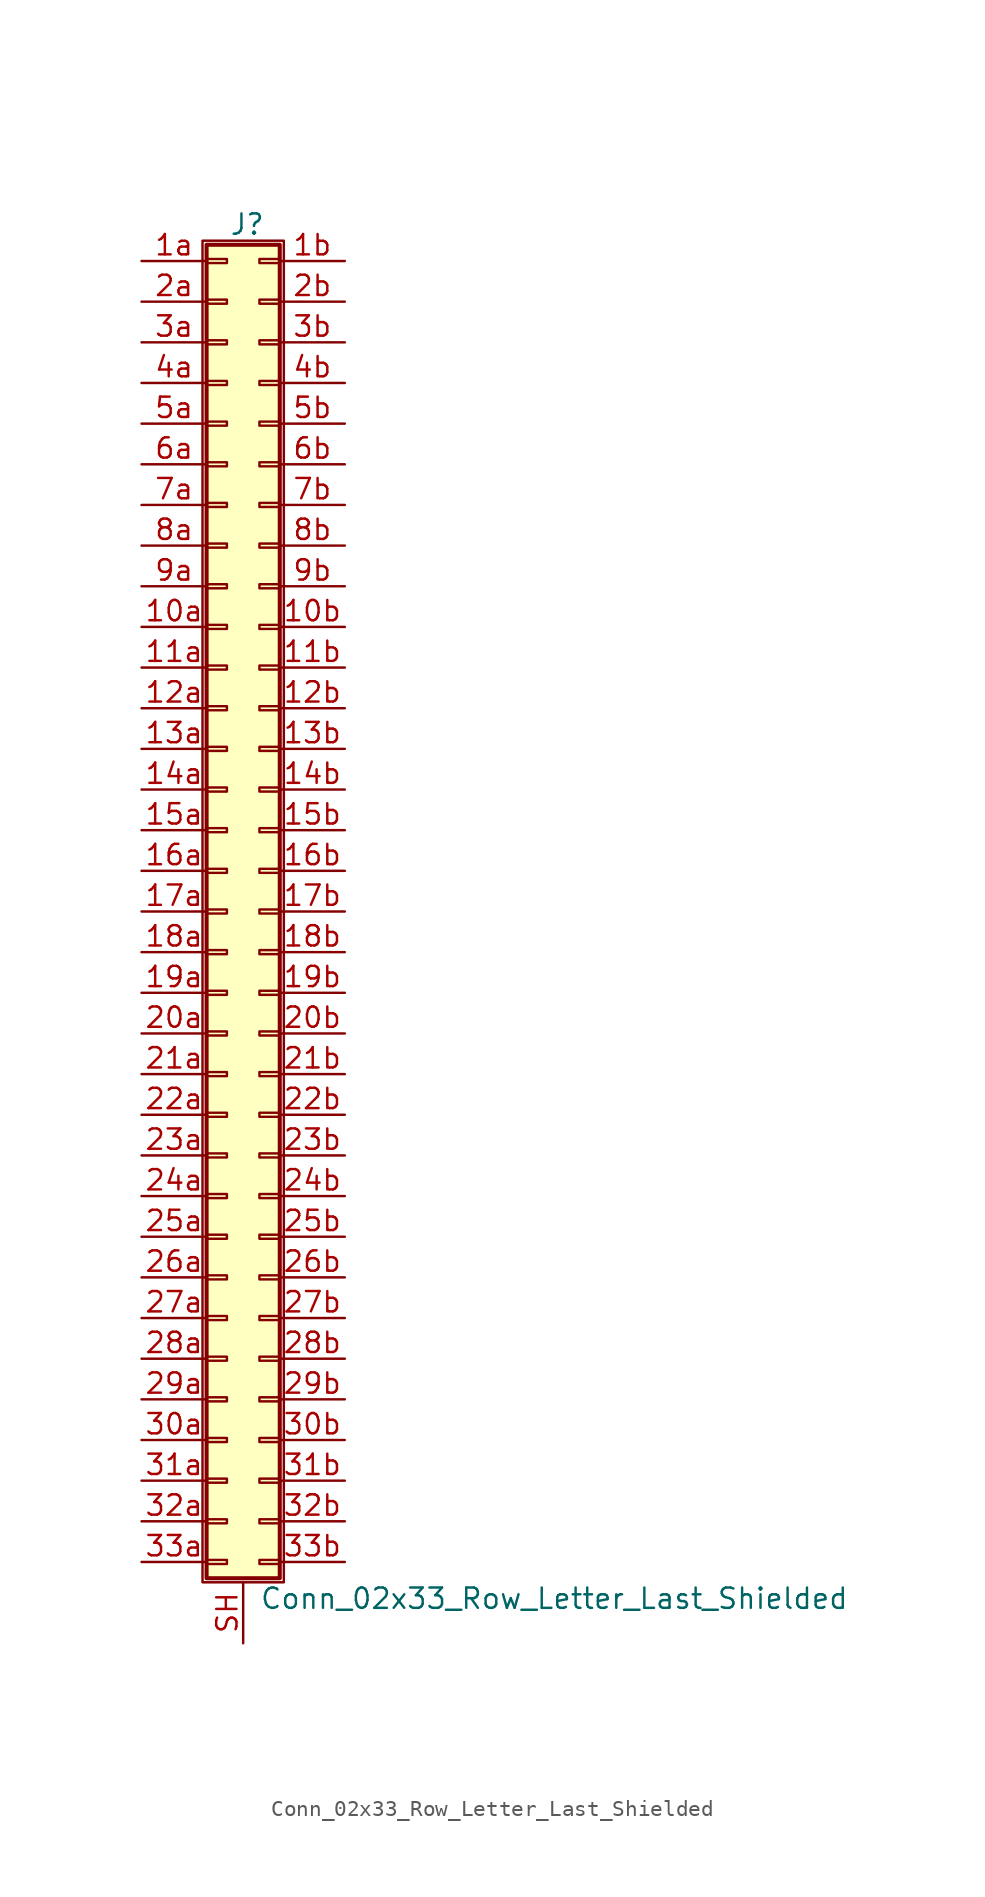
<source format=kicad_sym>
(kicad_symbol_lib
  (version 20220914)
  (generator kicad_symbol_editor)
  (symbol "Conn_02x33_Row_Letter_Last_Shielded"
    (pin_names
      (offset 1.016) hide)
    (property "Reference" "J"
      (at 1.524 42.926 0)
      (effects (font (size 1.27 1.27))))
    (property "Value" "Conn_02x33_Row_Letter_Last_Shielded"
      (at 2.286 -42.926 0)
      (effects (font (size 1.27 1.27)) (justify left)))
    (symbol "Conn_02x33_Row_Letter_Last_Shielded_1_1"
      (rectangle (start -1.27 41.91) (end 3.81 -41.91) (stroke (width 0.152) (type default)) (fill (type none)))
      (rectangle (start -1.016 -40.513) (end 0.254 -40.767) (stroke (width 0.152) (type default)) (fill (type none)))
      (rectangle (start -1.016 -37.973) (end 0.254 -38.227) (stroke (width 0.152) (type default)) (fill (type none)))
      (rectangle (start -1.016 -35.433) (end 0.254 -35.687) (stroke (width 0.152) (type default)) (fill (type none)))
      (rectangle (start -1.016 -32.893) (end 0.254 -33.147) (stroke (width 0.152) (type default)) (fill (type none)))
      (rectangle (start -1.016 -30.353) (end 0.254 -30.607) (stroke (width 0.152) (type default)) (fill (type none)))
      (rectangle (start -1.016 -27.813) (end 0.254 -28.067) (stroke (width 0.152) (type default)) (fill (type none)))
      (rectangle (start -1.016 -25.273) (end 0.254 -25.527) (stroke (width 0.152) (type default)) (fill (type none)))
      (rectangle (start -1.016 -22.733) (end 0.254 -22.987) (stroke (width 0.152) (type default)) (fill (type none)))
      (rectangle (start -1.016 -20.193) (end 0.254 -20.447) (stroke (width 0.152) (type default)) (fill (type none)))
      (rectangle (start -1.016 -17.653) (end 0.254 -17.907) (stroke (width 0.152) (type default)) (fill (type none)))
      (rectangle (start -1.016 -15.113) (end 0.254 -15.367) (stroke (width 0.152) (type default)) (fill (type none)))
      (rectangle (start -1.016 -12.573) (end 0.254 -12.827) (stroke (width 0.152) (type default)) (fill (type none)))
      (rectangle (start -1.016 -10.033) (end 0.254 -10.287) (stroke (width 0.152) (type default)) (fill (type none)))
      (rectangle (start -1.016 -7.493) (end 0.254 -7.747) (stroke (width 0.152) (type default)) (fill (type none)))
      (rectangle (start -1.016 -4.953) (end 0.254 -5.207) (stroke (width 0.152) (type default)) (fill (type none)))
      (rectangle (start -1.016 -2.413) (end 0.254 -2.667) (stroke (width 0.152) (type default)) (fill (type none)))
      (rectangle (start -1.016 0.127) (end 0.254 -0.127) (stroke (width 0.152) (type default)) (fill (type none)))
      (rectangle (start -1.016 2.667) (end 0.254 2.413) (stroke (width 0.152) (type default)) (fill (type none)))
      (rectangle (start -1.016 5.207) (end 0.254 4.953) (stroke (width 0.152) (type default)) (fill (type none)))
      (rectangle (start -1.016 7.747) (end 0.254 7.493) (stroke (width 0.152) (type default)) (fill (type none)))
      (rectangle (start -1.016 10.287) (end 0.254 10.033) (stroke (width 0.152) (type default)) (fill (type none)))
      (rectangle (start -1.016 12.827) (end 0.254 12.573) (stroke (width 0.152) (type default)) (fill (type none)))
      (rectangle (start -1.016 15.367) (end 0.254 15.113) (stroke (width 0.152) (type default)) (fill (type none)))
      (rectangle (start -1.016 17.907) (end 0.254 17.653) (stroke (width 0.152) (type default)) (fill (type none)))
      (rectangle (start -1.016 20.447) (end 0.254 20.193) (stroke (width 0.152) (type default)) (fill (type none)))
      (rectangle (start -1.016 22.987) (end 0.254 22.733) (stroke (width 0.152) (type default)) (fill (type none)))
      (rectangle (start -1.016 25.527) (end 0.254 25.273) (stroke (width 0.152) (type default)) (fill (type none)))
      (rectangle (start -1.016 28.067) (end 0.254 27.813) (stroke (width 0.152) (type default)) (fill (type none)))
      (rectangle (start -1.016 30.607) (end 0.254 30.353) (stroke (width 0.152) (type default)) (fill (type none)))
      (rectangle (start -1.016 33.147) (end 0.254 32.893) (stroke (width 0.152) (type default)) (fill (type none)))
      (rectangle (start -1.016 35.687) (end 0.254 35.433) (stroke (width 0.152) (type default)) (fill (type none)))
      (rectangle (start -1.016 38.227) (end 0.254 37.973) (stroke (width 0.152) (type default)) (fill (type none)))
      (rectangle (start -1.016 40.767) (end 0.254 40.513) (stroke (width 0.152) (type default)) (fill (type none)))
      (rectangle (start -1.016 41.656) (end 3.556 -41.656) (stroke (width 0.254) (type default)) (fill (type background)))
      (rectangle (start 3.556 -40.513) (end 2.286 -40.767) (stroke (width 0.152) (type default)) (fill (type none)))
      (rectangle (start 3.556 -37.973) (end 2.286 -38.227) (stroke (width 0.152) (type default)) (fill (type none)))
      (rectangle (start 3.556 -35.433) (end 2.286 -35.687) (stroke (width 0.152) (type default)) (fill (type none)))
      (rectangle (start 3.556 -32.893) (end 2.286 -33.147) (stroke (width 0.152) (type default)) (fill (type none)))
      (rectangle (start 3.556 -30.353) (end 2.286 -30.607) (stroke (width 0.152) (type default)) (fill (type none)))
      (rectangle (start 3.556 -27.813) (end 2.286 -28.067) (stroke (width 0.152) (type default)) (fill (type none)))
      (rectangle (start 3.556 -25.273) (end 2.286 -25.527) (stroke (width 0.152) (type default)) (fill (type none)))
      (rectangle (start 3.556 -22.733) (end 2.286 -22.987) (stroke (width 0.152) (type default)) (fill (type none)))
      (rectangle (start 3.556 -20.193) (end 2.286 -20.447) (stroke (width 0.152) (type default)) (fill (type none)))
      (rectangle (start 3.556 -17.653) (end 2.286 -17.907) (stroke (width 0.152) (type default)) (fill (type none)))
      (rectangle (start 3.556 -15.113) (end 2.286 -15.367) (stroke (width 0.152) (type default)) (fill (type none)))
      (rectangle (start 3.556 -12.573) (end 2.286 -12.827) (stroke (width 0.152) (type default)) (fill (type none)))
      (rectangle (start 3.556 -10.033) (end 2.286 -10.287) (stroke (width 0.152) (type default)) (fill (type none)))
      (rectangle (start 3.556 -7.493) (end 2.286 -7.747) (stroke (width 0.152) (type default)) (fill (type none)))
      (rectangle (start 3.556 -4.953) (end 2.286 -5.207) (stroke (width 0.152) (type default)) (fill (type none)))
      (rectangle (start 3.556 -2.413) (end 2.286 -2.667) (stroke (width 0.152) (type default)) (fill (type none)))
      (rectangle (start 3.556 0.127) (end 2.286 -0.127) (stroke (width 0.152) (type default)) (fill (type none)))
      (rectangle (start 3.556 2.667) (end 2.286 2.413) (stroke (width 0.152) (type default)) (fill (type none)))
      (rectangle (start 3.556 5.207) (end 2.286 4.953) (stroke (width 0.152) (type default)) (fill (type none)))
      (rectangle (start 3.556 7.747) (end 2.286 7.493) (stroke (width 0.152) (type default)) (fill (type none)))
      (rectangle (start 3.556 10.287) (end 2.286 10.033) (stroke (width 0.152) (type default)) (fill (type none)))
      (rectangle (start 3.556 12.827) (end 2.286 12.573) (stroke (width 0.152) (type default)) (fill (type none)))
      (rectangle (start 3.556 15.367) (end 2.286 15.113) (stroke (width 0.152) (type default)) (fill (type none)))
      (rectangle (start 3.556 17.907) (end 2.286 17.653) (stroke (width 0.152) (type default)) (fill (type none)))
      (rectangle (start 3.556 20.447) (end 2.286 20.193) (stroke (width 0.152) (type default)) (fill (type none)))
      (rectangle (start 3.556 22.987) (end 2.286 22.733) (stroke (width 0.152) (type default)) (fill (type none)))
      (rectangle (start 3.556 25.527) (end 2.286 25.273) (stroke (width 0.152) (type default)) (fill (type none)))
      (rectangle (start 3.556 28.067) (end 2.286 27.813) (stroke (width 0.152) (type default)) (fill (type none)))
      (rectangle (start 3.556 30.607) (end 2.286 30.353) (stroke (width 0.152) (type default)) (fill (type none)))
      (rectangle (start 3.556 33.147) (end 2.286 32.893) (stroke (width 0.152) (type default)) (fill (type none)))
      (rectangle (start 3.556 35.687) (end 2.286 35.433) (stroke (width 0.152) (type default)) (fill (type none)))
      (rectangle (start 3.556 38.227) (end 2.286 37.973) (stroke (width 0.152) (type default)) (fill (type none)))
      (rectangle (start 3.556 40.767) (end 2.286 40.513) (stroke (width 0.152) (type default)) (fill (type none)))
      (pin passive line (at -5.08 17.78 0) (length 4.064) (name "Pin_10a" (effects (font (size 1.27 1.27)))) (number "10a" (effects (font (size 1.27 1.27)))))
      (pin passive line (at 7.62 17.78 180) (length 4.064) (name "Pin_10b" (effects (font (size 1.27 1.27)))) (number "10b" (effects (font (size 1.27 1.27)))))
      (pin passive line (at -5.08 15.24 0) (length 4.064) (name "Pin_11a" (effects (font (size 1.27 1.27)))) (number "11a" (effects (font (size 1.27 1.27)))))
      (pin passive line (at 7.62 15.24 180) (length 4.064) (name "Pin_11b" (effects (font (size 1.27 1.27)))) (number "11b" (effects (font (size 1.27 1.27)))))
      (pin passive line (at -5.08 12.7 0) (length 4.064) (name "Pin_12a" (effects (font (size 1.27 1.27)))) (number "12a" (effects (font (size 1.27 1.27)))))
      (pin passive line (at 7.62 12.7 180) (length 4.064) (name "Pin_12b" (effects (font (size 1.27 1.27)))) (number "12b" (effects (font (size 1.27 1.27)))))
      (pin passive line (at -5.08 10.16 0) (length 4.064) (name "Pin_13a" (effects (font (size 1.27 1.27)))) (number "13a" (effects (font (size 1.27 1.27)))))
      (pin passive line (at 7.62 10.16 180) (length 4.064) (name "Pin_13b" (effects (font (size 1.27 1.27)))) (number "13b" (effects (font (size 1.27 1.27)))))
      (pin passive line (at -5.08 7.62 0) (length 4.064) (name "Pin_14a" (effects (font (size 1.27 1.27)))) (number "14a" (effects (font (size 1.27 1.27)))))
      (pin passive line (at 7.62 7.62 180) (length 4.064) (name "Pin_14b" (effects (font (size 1.27 1.27)))) (number "14b" (effects (font (size 1.27 1.27)))))
      (pin passive line (at -5.08 5.08 0) (length 4.064) (name "Pin_15a" (effects (font (size 1.27 1.27)))) (number "15a" (effects (font (size 1.27 1.27)))))
      (pin passive line (at 7.62 5.08 180) (length 4.064) (name "Pin_15b" (effects (font (size 1.27 1.27)))) (number "15b" (effects (font (size 1.27 1.27)))))
      (pin passive line (at -5.08 2.54 0) (length 4.064) (name "Pin_16a" (effects (font (size 1.27 1.27)))) (number "16a" (effects (font (size 1.27 1.27)))))
      (pin passive line (at 7.62 2.54 180) (length 4.064) (name "Pin_16b" (effects (font (size 1.27 1.27)))) (number "16b" (effects (font (size 1.27 1.27)))))
      (pin passive line (at -5.08 0 0) (length 4.064) (name "Pin_17a" (effects (font (size 1.27 1.27)))) (number "17a" (effects (font (size 1.27 1.27)))))
      (pin passive line (at 7.62 0 180) (length 4.064) (name "Pin_17b" (effects (font (size 1.27 1.27)))) (number "17b" (effects (font (size 1.27 1.27)))))
      (pin passive line (at -5.08 -2.54 0) (length 4.064) (name "Pin_18a" (effects (font (size 1.27 1.27)))) (number "18a" (effects (font (size 1.27 1.27)))))
      (pin passive line (at 7.62 -2.54 180) (length 4.064) (name "Pin_18b" (effects (font (size 1.27 1.27)))) (number "18b" (effects (font (size 1.27 1.27)))))
      (pin passive line (at -5.08 -5.08 0) (length 4.064) (name "Pin_19a" (effects (font (size 1.27 1.27)))) (number "19a" (effects (font (size 1.27 1.27)))))
      (pin passive line (at 7.62 -5.08 180) (length 4.064) (name "Pin_19b" (effects (font (size 1.27 1.27)))) (number "19b" (effects (font (size 1.27 1.27)))))
      (pin passive line (at -5.08 40.64 0) (length 4.064) (name "Pin_1a" (effects (font (size 1.27 1.27)))) (number "1a" (effects (font (size 1.27 1.27)))))
      (pin passive line (at 7.62 40.64 180) (length 4.064) (name "Pin_1b" (effects (font (size 1.27 1.27)))) (number "1b" (effects (font (size 1.27 1.27)))))
      (pin passive line (at -5.08 -7.62 0) (length 4.064) (name "Pin_20a" (effects (font (size 1.27 1.27)))) (number "20a" (effects (font (size 1.27 1.27)))))
      (pin passive line (at 7.62 -7.62 180) (length 4.064) (name "Pin_20b" (effects (font (size 1.27 1.27)))) (number "20b" (effects (font (size 1.27 1.27)))))
      (pin passive line (at -5.08 -10.16 0) (length 4.064) (name "Pin_21a" (effects (font (size 1.27 1.27)))) (number "21a" (effects (font (size 1.27 1.27)))))
      (pin passive line (at 7.62 -10.16 180) (length 4.064) (name "Pin_21b" (effects (font (size 1.27 1.27)))) (number "21b" (effects (font (size 1.27 1.27)))))
      (pin passive line (at -5.08 -12.7 0) (length 4.064) (name "Pin_22a" (effects (font (size 1.27 1.27)))) (number "22a" (effects (font (size 1.27 1.27)))))
      (pin passive line (at 7.62 -12.7 180) (length 4.064) (name "Pin_22b" (effects (font (size 1.27 1.27)))) (number "22b" (effects (font (size 1.27 1.27)))))
      (pin passive line (at -5.08 -15.24 0) (length 4.064) (name "Pin_23a" (effects (font (size 1.27 1.27)))) (number "23a" (effects (font (size 1.27 1.27)))))
      (pin passive line (at 7.62 -15.24 180) (length 4.064) (name "Pin_23b" (effects (font (size 1.27 1.27)))) (number "23b" (effects (font (size 1.27 1.27)))))
      (pin passive line (at -5.08 -17.78 0) (length 4.064) (name "Pin_24a" (effects (font (size 1.27 1.27)))) (number "24a" (effects (font (size 1.27 1.27)))))
      (pin passive line (at 7.62 -17.78 180) (length 4.064) (name "Pin_24b" (effects (font (size 1.27 1.27)))) (number "24b" (effects (font (size 1.27 1.27)))))
      (pin passive line (at -5.08 -20.32 0) (length 4.064) (name "Pin_25a" (effects (font (size 1.27 1.27)))) (number "25a" (effects (font (size 1.27 1.27)))))
      (pin passive line (at 7.62 -20.32 180) (length 4.064) (name "Pin_25b" (effects (font (size 1.27 1.27)))) (number "25b" (effects (font (size 1.27 1.27)))))
      (pin passive line (at -5.08 -22.86 0) (length 4.064) (name "Pin_26a" (effects (font (size 1.27 1.27)))) (number "26a" (effects (font (size 1.27 1.27)))))
      (pin passive line (at 7.62 -22.86 180) (length 4.064) (name "Pin_26b" (effects (font (size 1.27 1.27)))) (number "26b" (effects (font (size 1.27 1.27)))))
      (pin passive line (at -5.08 -25.4 0) (length 4.064) (name "Pin_27a" (effects (font (size 1.27 1.27)))) (number "27a" (effects (font (size 1.27 1.27)))))
      (pin passive line (at 7.62 -25.4 180) (length 4.064) (name "Pin_27b" (effects (font (size 1.27 1.27)))) (number "27b" (effects (font (size 1.27 1.27)))))
      (pin passive line (at -5.08 -27.94 0) (length 4.064) (name "Pin_28a" (effects (font (size 1.27 1.27)))) (number "28a" (effects (font (size 1.27 1.27)))))
      (pin passive line (at 7.62 -27.94 180) (length 4.064) (name "Pin_28b" (effects (font (size 1.27 1.27)))) (number "28b" (effects (font (size 1.27 1.27)))))
      (pin passive line (at -5.08 -30.48 0) (length 4.064) (name "Pin_29a" (effects (font (size 1.27 1.27)))) (number "29a" (effects (font (size 1.27 1.27)))))
      (pin passive line (at 7.62 -30.48 180) (length 4.064) (name "Pin_29b" (effects (font (size 1.27 1.27)))) (number "29b" (effects (font (size 1.27 1.27)))))
      (pin passive line (at -5.08 38.1 0) (length 4.064) (name "Pin_2a" (effects (font (size 1.27 1.27)))) (number "2a" (effects (font (size 1.27 1.27)))))
      (pin passive line (at 7.62 38.1 180) (length 4.064) (name "Pin_2b" (effects (font (size 1.27 1.27)))) (number "2b" (effects (font (size 1.27 1.27)))))
      (pin passive line (at -5.08 -33.02 0) (length 4.064) (name "Pin_30a" (effects (font (size 1.27 1.27)))) (number "30a" (effects (font (size 1.27 1.27)))))
      (pin passive line (at 7.62 -33.02 180) (length 4.064) (name "Pin_30b" (effects (font (size 1.27 1.27)))) (number "30b" (effects (font (size 1.27 1.27)))))
      (pin passive line (at -5.08 -35.56 0) (length 4.064) (name "Pin_31a" (effects (font (size 1.27 1.27)))) (number "31a" (effects (font (size 1.27 1.27)))))
      (pin passive line (at 7.62 -35.56 180) (length 4.064) (name "Pin_31b" (effects (font (size 1.27 1.27)))) (number "31b" (effects (font (size 1.27 1.27)))))
      (pin passive line (at -5.08 -38.1 0) (length 4.064) (name "Pin_32a" (effects (font (size 1.27 1.27)))) (number "32a" (effects (font (size 1.27 1.27)))))
      (pin passive line (at 7.62 -38.1 180) (length 4.064) (name "Pin_32b" (effects (font (size 1.27 1.27)))) (number "32b" (effects (font (size 1.27 1.27)))))
      (pin passive line (at -5.08 -40.64 0) (length 4.064) (name "Pin_33a" (effects (font (size 1.27 1.27)))) (number "33a" (effects (font (size 1.27 1.27)))))
      (pin passive line (at 7.62 -40.64 180) (length 4.064) (name "Pin_33b" (effects (font (size 1.27 1.27)))) (number "33b" (effects (font (size 1.27 1.27)))))
      (pin passive line (at -5.08 35.56 0) (length 4.064) (name "Pin_3a" (effects (font (size 1.27 1.27)))) (number "3a" (effects (font (size 1.27 1.27)))))
      (pin passive line (at 7.62 35.56 180) (length 4.064) (name "Pin_3b" (effects (font (size 1.27 1.27)))) (number "3b" (effects (font (size 1.27 1.27)))))
      (pin passive line (at -5.08 33.02 0) (length 4.064) (name "Pin_4a" (effects (font (size 1.27 1.27)))) (number "4a" (effects (font (size 1.27 1.27)))))
      (pin passive line (at 7.62 33.02 180) (length 4.064) (name "Pin_4b" (effects (font (size 1.27 1.27)))) (number "4b" (effects (font (size 1.27 1.27)))))
      (pin passive line (at -5.08 30.48 0) (length 4.064) (name "Pin_5a" (effects (font (size 1.27 1.27)))) (number "5a" (effects (font (size 1.27 1.27)))))
      (pin passive line (at 7.62 30.48 180) (length 4.064) (name "Pin_5b" (effects (font (size 1.27 1.27)))) (number "5b" (effects (font (size 1.27 1.27)))))
      (pin passive line (at -5.08 27.94 0) (length 4.064) (name "Pin_6a" (effects (font (size 1.27 1.27)))) (number "6a" (effects (font (size 1.27 1.27)))))
      (pin passive line (at 7.62 27.94 180) (length 4.064) (name "Pin_6b" (effects (font (size 1.27 1.27)))) (number "6b" (effects (font (size 1.27 1.27)))))
      (pin passive line (at -5.08 25.4 0) (length 4.064) (name "Pin_7a" (effects (font (size 1.27 1.27)))) (number "7a" (effects (font (size 1.27 1.27)))))
      (pin passive line (at 7.62 25.4 180) (length 4.064) (name "Pin_7b" (effects (font (size 1.27 1.27)))) (number "7b" (effects (font (size 1.27 1.27)))))
      (pin passive line (at -5.08 22.86 0) (length 4.064) (name "Pin_8a" (effects (font (size 1.27 1.27)))) (number "8a" (effects (font (size 1.27 1.27)))))
      (pin passive line (at 7.62 22.86 180) (length 4.064) (name "Pin_8b" (effects (font (size 1.27 1.27)))) (number "8b" (effects (font (size 1.27 1.27)))))
      (pin passive line (at -5.08 20.32 0) (length 4.064) (name "Pin_9a" (effects (font (size 1.27 1.27)))) (number "9a" (effects (font (size 1.27 1.27)))))
      (pin passive line (at 7.62 20.32 180) (length 4.064) (name "Pin_9b" (effects (font (size 1.27 1.27)))) (number "9b" (effects (font (size 1.27 1.27)))))
      (pin passive line (at 1.27 -45.72 90) (length 3.81) (name "Shield" (effects (font (size 1.27 1.27)))) (number "SH" (effects (font (size 1.27 1.27))))))))
</source>
